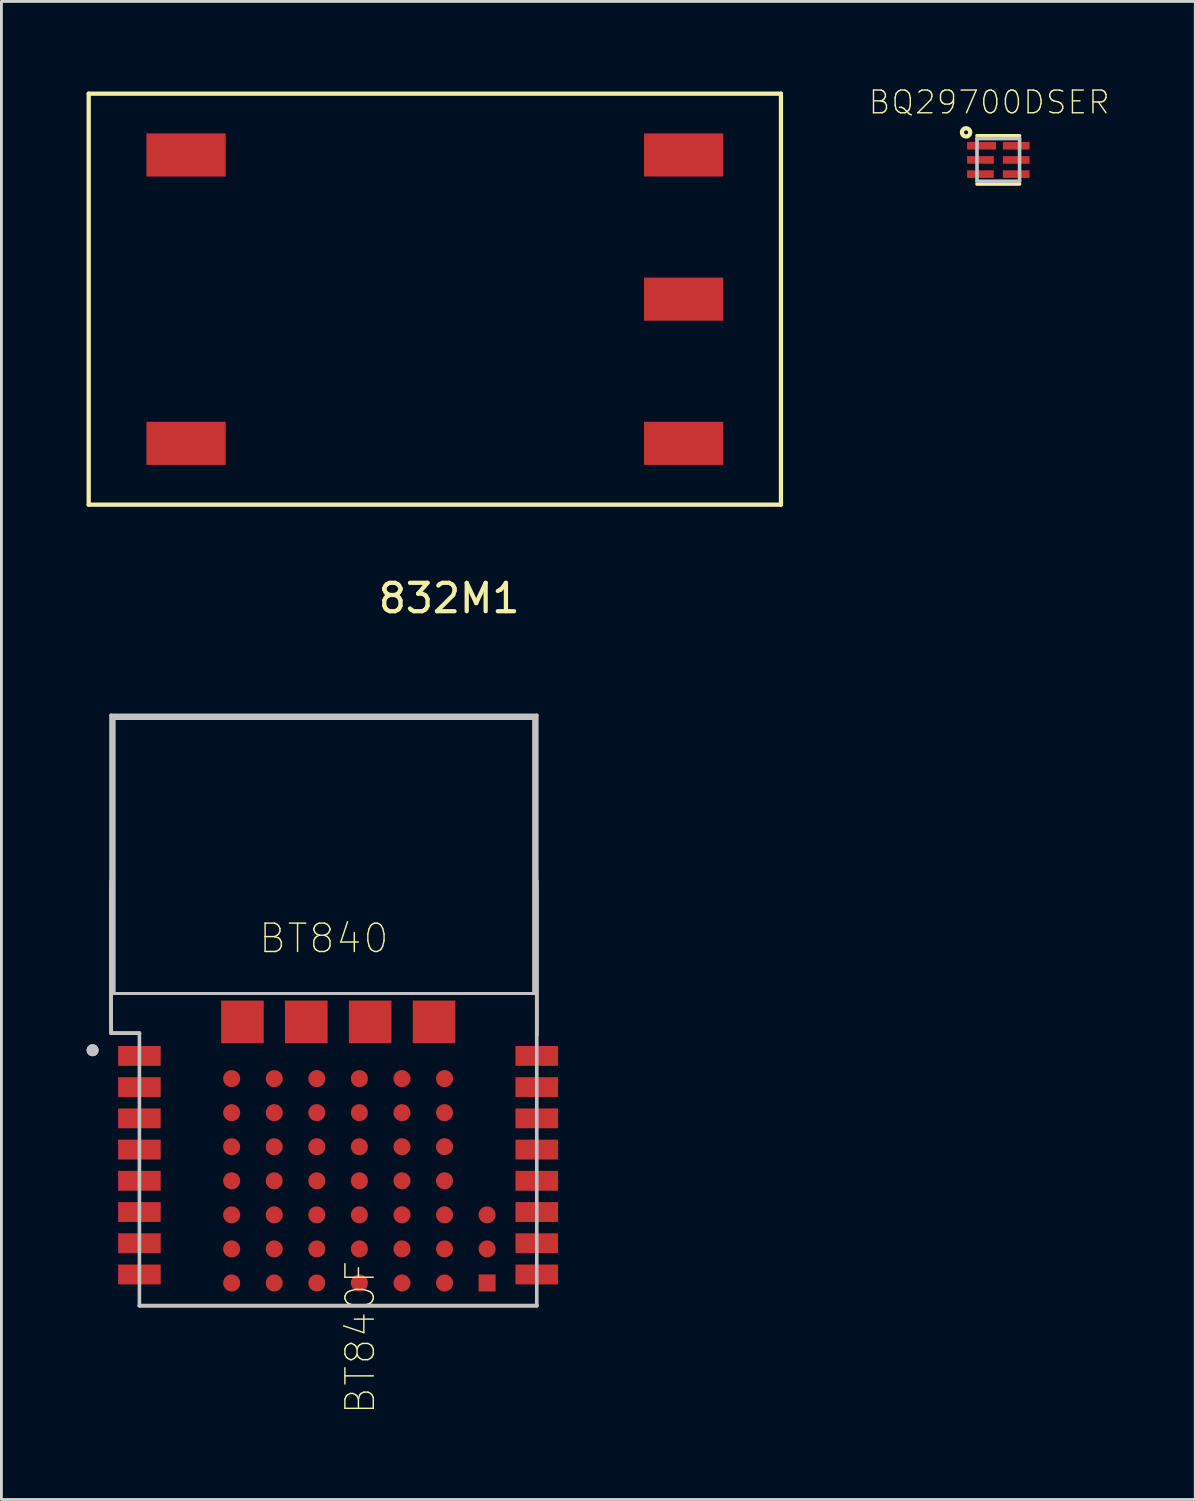
<source format=kicad_pcb>
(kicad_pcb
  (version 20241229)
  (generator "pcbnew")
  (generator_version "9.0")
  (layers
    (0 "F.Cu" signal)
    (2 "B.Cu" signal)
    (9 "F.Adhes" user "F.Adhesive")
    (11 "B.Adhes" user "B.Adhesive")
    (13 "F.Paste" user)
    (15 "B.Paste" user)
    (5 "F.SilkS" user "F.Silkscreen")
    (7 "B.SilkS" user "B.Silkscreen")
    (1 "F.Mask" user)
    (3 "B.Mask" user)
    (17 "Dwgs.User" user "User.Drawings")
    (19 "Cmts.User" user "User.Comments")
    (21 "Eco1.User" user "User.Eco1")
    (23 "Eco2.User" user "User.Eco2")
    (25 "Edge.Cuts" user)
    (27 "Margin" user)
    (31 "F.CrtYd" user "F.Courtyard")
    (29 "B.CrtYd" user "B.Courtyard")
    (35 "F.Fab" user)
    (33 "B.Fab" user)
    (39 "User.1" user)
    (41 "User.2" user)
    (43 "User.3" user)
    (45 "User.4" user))
  (footprint "BQ29700DSER"
    (layer "F.Cu")
    (at 32.123 2.584)
    (property "Reference" "BQ29700DSER" (at -0.321 -2.029 0) (layer "F.SilkS") (effects (font (size 0.8 0.8) (thickness 0.05))))
    (attr smd)
    (fp_line (start -0.75 -0.85) (end 0.75 -0.85) (stroke (width 0.127) (type solid)) (layer "F.SilkS"))
    (fp_line (start -0.75 0.85) (end 0.75 0.85) (stroke (width 0.127) (type solid)) (layer "F.SilkS"))
    (fp_circle (center -1.135 -0.97) (end -1.065 -0.97) (stroke (width 0.15) (type solid)) (fill no) (layer "F.SilkS"))
    (fp_line (start -0.75 -0.75) (end 0.75 -0.75) (stroke (width 0.127) (type solid)) (layer "Dwgs.User"))
    (fp_line (start -0.75 0.75) (end -0.75 -0.75) (stroke (width 0.127) (type solid)) (layer "Dwgs.User"))
    (fp_line (start 0.75 -0.75) (end 0.75 0.75) (stroke (width 0.127) (type solid)) (layer "Dwgs.User"))
    (fp_line (start 0.75 0.75) (end -0.75 0.75) (stroke (width 0.127) (type solid)) (layer "Dwgs.User"))
    (fp_line (start -1.35 -1) (end 1.35 -1) (stroke (width 0.05) (type solid)) (layer "Eco1.User"))
    (fp_line (start -1.35 1) (end -1.35 -1) (stroke (width 0.05) (type solid)) (layer "Eco1.User"))
    (fp_line (start 1.35 -1) (end 1.35 1) (stroke (width 0.05) (type solid)) (layer "Eco1.User"))
    (fp_line (start 1.35 1) (end -1.35 1) (stroke (width 0.05) (type solid)) (layer "Eco1.User"))
    (pad "1" smd rect (at -0.59 -0.5 270) (size 0.27 1.02) (layers "F.Cu" "F.Mask" "F.Paste"))
    (pad "2" smd rect (at -0.63 0 270) (size 0.27 0.94) (layers "F.Cu" "F.Mask" "F.Paste"))
    (pad "3" smd rect (at -0.63 0.5 270) (size 0.27 0.94) (layers "F.Cu" "F.Mask" "F.Paste"))
    (pad "4" smd rect (at 0.63 0.5 270) (size 0.27 0.94) (layers "F.Cu" "F.Mask" "F.Paste"))
    (pad "5" smd rect (at 0.63 0 270) (size 0.27 0.94) (layers "F.Cu" "F.Mask" "F.Paste"))
    (pad "6" smd rect (at 0.63 -0.5 270) (size 0.27 0.94) (layers "F.Cu" "F.Mask" "F.Paste")))
  (footprint "832M1"
    (layer "F.Cu")
    (at 2.615 0.25)
    (property "Reference" "832M1" (at 10.16 17.78 0) (layer "F.SilkS") (effects (font (size 1 1) (thickness 0.15))))
    (attr through_hole)
    (fp_line (start -2.54 0) (end -2.54 14.48) (stroke (width 0.15) (type solid)) (layer "F.SilkS"))
    (fp_line (start -2.54 14.48) (end 21.85 14.48) (stroke (width 0.15) (type solid)) (layer "F.SilkS"))
    (fp_line (start 21.85 0) (end -2.54 0) (stroke (width 0.15) (type solid)) (layer "F.SilkS"))
    (fp_line (start 21.85 14.48) (end 21.85 0) (stroke (width 0.15) (type solid)) (layer "F.SilkS"))
    (pad "1" smd rect (at 0.89 2.16) (size 2.79 1.52) (layers "F.Cu" "F.Mask" "F.Paste"))
    (pad "3" smd rect (at 0.89 12.32) (size 2.79 1.52) (layers "F.Cu" "F.Mask" "F.Paste"))
    (pad "4" smd rect (at 18.42 12.32) (size 2.79 1.52) (layers "F.Cu" "F.Mask" "F.Paste"))
    (pad "5" smd rect (at 18.42 7.24) (size 2.79 1.52) (layers "F.Cu" "F.Mask" "F.Paste"))
    (pad "6" smd rect (at 18.42 2.16) (size 2.79 1.52) (layers "F.Cu" "F.Mask" "F.Paste")))
  (footprint "BT840F"
    (layer "F.Cu")
    (at 8.362 32.553)
    (property "Reference" "BT840F" (at 1.28 11.516 270) (layer "F.SilkS") (effects (font (size 1 1) (thickness 0.05))))
    (attr smd)
    (fp_line (start -7.5 0.73) (end -7.5 -4.558) (stroke (width 0.127) (type solid)) (layer "F.SilkS"))
    (fp_line (start -6.5 0.8) (end -7.5 0.8) (stroke (width 0.127) (type solid)) (layer "F.SilkS"))
    (fp_line (start 7.5 -4.558) (end 7.5 0.85) (stroke (width 0.127) (type solid)) (layer "F.SilkS"))
    (fp_line (start 7.5 10.4) (end -6.5 10.4) (stroke (width 0.127) (type solid)) (layer "F.SilkS"))
    (fp_circle (center -8.15 1.4) (end -8.038 1.4) (stroke (width 0.2) (type solid)) (fill no) (layer "F.SilkS"))
    (fp_line (start -7.5 -10.4) (end 7.5 -10.4) (stroke (width 0.127) (type solid)) (layer "Dwgs.User"))
    (fp_line (start -7.5 0.73) (end -7.5 -10.4) (stroke (width 0.127) (type solid)) (layer "Dwgs.User"))
    (fp_line (start -6.505 10.398) (end -6.505 9.879) (stroke (width 0.001) (type solid)) (layer "Dwgs.User"))
    (fp_line (start -6.5 0.8) (end -7.5 0.8) (stroke (width 0.127) (type solid)) (layer "Dwgs.User"))
    (fp_line (start -6.5 10.4) (end -6.5 0.8) (stroke (width 0.127) (type solid)) (layer "Dwgs.User"))
    (fp_line (start 7.5 -10.4) (end 7.5 0.85) (stroke (width 0.127) (type solid)) (layer "Dwgs.User"))
    (fp_line (start 7.5 0.85) (end 7.5 10.4) (stroke (width 0.127) (type solid)) (layer "Dwgs.User"))
    (fp_line (start 7.5 10.4) (end -6.5 10.4) (stroke (width 0.127) (type solid)) (layer "Dwgs.User"))
    (fp_line (start 7.5 9.811) (end 7.5 10.39) (stroke (width 0.001) (type solid)) (layer "Dwgs.User"))
    (fp_line (start 7.503 -5.6) (end 7.5 0.85) (stroke (width 0.001) (type solid)) (layer "Dwgs.User"))
    (fp_circle (center -8.15 1.4) (end -8.038 1.4) (stroke (width 0.2) (type solid)) (fill no) (layer "Dwgs.User"))
    (fp_poly (pts (xy -7.4 -10.29) (xy 7.4 -10.29) (xy 7.4 -0.6) (xy -7.4 -0.6)) (stroke (width 0.1) (type solid)) (fill no) (layer "Dwgs.User"))
    (fp_poly (pts (xy -7.4 -10.29) (xy 7.4 -10.29) (xy 7.4 -0.6) (xy -7.4 -0.6)) (stroke (width 0.1) (type solid)) (fill no) (layer "Dwgs.User"))
    (fp_poly (pts (xy -7.4 -10.29) (xy 7.4 -10.29) (xy 7.4 -0.6) (xy -7.4 -0.6)) (stroke (width 0.1) (type solid)) (fill no) (layer "Dwgs.User"))
    (fp_line (start -7.75 -10.65) (end 7.75 -10.65) (stroke (width 0.05) (type solid)) (layer "Eco1.User"))
    (fp_line (start -7.75 1.08) (end -7.75 -10.65) (stroke (width 0.05) (type solid)) (layer "Eco1.User"))
    (fp_line (start -7.5 1.08) (end -7.75 1.08) (stroke (width 0.05) (type solid)) (layer "Eco1.User"))
    (fp_line (start -7.5 10.65) (end -7.5 1.08) (stroke (width 0.05) (type solid)) (layer "Eco1.User"))
    (fp_line (start 7.75 -10.65) (end 7.75 1) (stroke (width 0.05) (type solid)) (layer "Eco1.User"))
    (fp_line (start 7.75 1) (end 8.5 1) (stroke (width 0.05) (type solid)) (layer "Eco1.User"))
    (fp_line (start 8.5 1) (end 8.5 10.65) (stroke (width 0.05) (type solid)) (layer "Eco1.User"))
    (fp_line (start 8.5 10.65) (end -7.5 10.65) (stroke (width 0.05) (type solid)) (layer "Eco1.User"))
    (fp_text user "BT840" (at 0 -2.54 0) (layer "F.SilkS") (effects (font (size 1 1) (thickness 0.05))))
    (pad "1" smd rect (at -6.5 1.6 180) (size 1.5 0.7) (layers "F.Cu" "F.Mask" "F.Paste"))
    (pad "2" smd rect (at -6.5 2.7) (size 1.5 0.7) (layers "F.Cu" "F.Mask" "F.Paste"))
    (pad "3" smd rect (at -6.5 3.8) (size 1.5 0.7) (layers "F.Cu" "F.Mask" "F.Paste"))
    (pad "4" smd rect (at -6.5 4.9) (size 1.5 0.7) (layers "F.Cu" "F.Mask" "F.Paste"))
    (pad "5" smd rect (at -6.5 6) (size 1.5 0.7) (layers "F.Cu" "F.Mask" "F.Paste"))
    (pad "6" smd rect (at -6.5 7.1) (size 1.5 0.7) (layers "F.Cu" "F.Mask" "F.Paste"))
    (pad "7" smd rect (at -6.5 8.2) (size 1.5 0.7) (layers "F.Cu" "F.Mask" "F.Paste"))
    (pad "8" smd rect (at -6.5 9.3) (size 1.5 0.7) (layers "F.Cu" "F.Mask" "F.Paste"))
    (pad "9" smd rect (at 7.5 9.3) (size 1.5 0.7) (layers "F.Cu" "F.Mask" "F.Paste"))
    (pad "10" smd rect (at 7.5 8.2) (size 1.5 0.7) (layers "F.Cu" "F.Mask" "F.Paste"))
    (pad "11" smd rect (at 7.5 7.1) (size 1.5 0.7) (layers "F.Cu" "F.Mask" "F.Paste"))
    (pad "12" smd rect (at 7.5 6) (size 1.5 0.7) (layers "F.Cu" "F.Mask" "F.Paste"))
    (pad "13" smd rect (at 7.5 4.9) (size 1.5 0.7) (layers "F.Cu" "F.Mask" "F.Paste"))
    (pad "14" smd rect (at 7.5 3.8) (size 1.5 0.7) (layers "F.Cu" "F.Mask" "F.Paste"))
    (pad "15" smd rect (at 7.5 2.7) (size 1.5 0.7) (layers "F.Cu" "F.Mask" "F.Paste"))
    (pad "16" smd rect (at 7.5 1.6) (size 1.5 0.7) (layers "F.Cu" "F.Mask" "F.Paste"))
    (pad "A0" smd circle (at -1.75 2.4 180) (size 0.6 0.6) (layers "F.Cu" "F.Mask" "F.Paste"))
    (pad "A1" smd circle (at -1.75 3.6 180) (size 0.6 0.6) (layers "F.Cu" "F.Mask" "F.Paste"))
    (pad "A2" smd circle (at -1.75 4.8 180) (size 0.6 0.6) (layers "F.Cu" "F.Mask" "F.Paste"))
    (pad "A3" smd circle (at -1.75 6 180) (size 0.6 0.6) (layers "F.Cu" "F.Mask" "F.Paste"))
    (pad "A4" smd circle (at -1.75 7.2 180) (size 0.6 0.6) (layers "F.Cu" "F.Mask" "F.Paste"))
    (pad "A5" smd circle (at -1.75 8.4) (size 0.6 0.6) (layers "F.Cu" "F.Mask" "F.Paste"))
    (pad "A6" smd circle (at -1.75 9.6) (size 0.6 0.6) (layers "F.Cu" "F.Mask" "F.Paste"))
    (pad "B0" smd circle (at -0.25 2.4 180) (size 0.6 0.6) (layers "F.Cu" "F.Mask" "F.Paste"))
    (pad "B1" smd circle (at -0.25 3.6 180) (size 0.6 0.6) (layers "F.Cu" "F.Mask" "F.Paste"))
    (pad "B2" smd circle (at -0.25 4.8 180) (size 0.6 0.6) (layers "F.Cu" "F.Mask" "F.Paste"))
    (pad "B3" smd circle (at -0.25 6 180) (size 0.6 0.6) (layers "F.Cu" "F.Mask" "F.Paste"))
    (pad "B4" smd circle (at -0.25 7.2 180) (size 0.6 0.6) (layers "F.Cu" "F.Mask" "F.Paste"))
    (pad "B5" smd circle (at -0.25 8.4 180) (size 0.6 0.6) (layers "F.Cu" "F.Mask" "F.Paste"))
    (pad "B6" smd circle (at -0.25 9.6 180) (size 0.6 0.6) (layers "F.Cu" "F.Mask" "F.Paste"))
    (pad "C0" smd circle (at 1.25 2.4 180) (size 0.6 0.6) (layers "F.Cu" "F.Mask" "F.Paste"))
    (pad "C1" smd circle (at 1.25 3.6 180) (size 0.6 0.6) (layers "F.Cu" "F.Mask" "F.Paste"))
    (pad "C2" smd circle (at 1.25 4.8 180) (size 0.6 0.6) (layers "F.Cu" "F.Mask" "F.Paste"))
    (pad "C3" smd circle (at 1.25 6 180) (size 0.6 0.6) (layers "F.Cu" "F.Mask" "F.Paste"))
    (pad "C4" smd circle (at 1.25 7.2 180) (size 0.6 0.6) (layers "F.Cu" "F.Mask" "F.Paste"))
    (pad "C5" smd circle (at 1.25 8.4 180) (size 0.6 0.6) (layers "F.Cu" "F.Mask" "F.Paste"))
    (pad "C6" smd circle (at 1.25 9.6 180) (size 0.6 0.6) (layers "F.Cu" "F.Mask" "F.Paste"))
    (pad "D0" smd circle (at 2.75 2.4 180) (size 0.6 0.6) (layers "F.Cu" "F.Mask" "F.Paste"))
    (pad "D1" smd circle (at 2.75 3.6 180) (size 0.6 0.6) (layers "F.Cu" "F.Mask" "F.Paste"))
    (pad "D2" smd circle (at 2.75 4.8 180) (size 0.6 0.6) (layers "F.Cu" "F.Mask" "F.Paste"))
    (pad "D3" smd circle (at 2.75 6 180) (size 0.6 0.6) (layers "F.Cu" "F.Mask" "F.Paste"))
    (pad "D4" smd circle (at 2.75 7.2 180) (size 0.6 0.6) (layers "F.Cu" "F.Mask" "F.Paste"))
    (pad "D5" smd circle (at 2.75 8.4 180) (size 0.6 0.6) (layers "F.Cu" "F.Mask" "F.Paste"))
    (pad "D6" smd circle (at 2.75 9.6 180) (size 0.6 0.6) (layers "F.Cu" "F.Mask" "F.Paste"))
    (pad "E0" smd circle (at 4.25 2.4 180) (size 0.6 0.6) (layers "F.Cu" "F.Mask" "F.Paste"))
    (pad "E1" smd circle (at 4.25 3.6 180) (size 0.6 0.6) (layers "F.Cu" "F.Mask" "F.Paste"))
    (pad "E2" smd circle (at 4.25 4.8 180) (size 0.6 0.6) (layers "F.Cu" "F.Mask" "F.Paste"))
    (pad "E3" smd circle (at 4.25 6 180) (size 0.6 0.6) (layers "F.Cu" "F.Mask" "F.Paste"))
    (pad "E4" smd circle (at 4.25 7.2 180) (size 0.6 0.6) (layers "F.Cu" "F.Mask" "F.Paste"))
    (pad "E5" smd circle (at 4.25 8.4) (size 0.6 0.6) (layers "F.Cu" "F.Mask" "F.Paste"))
    (pad "E6" smd circle (at 4.25 9.6) (size 0.6 0.6) (layers "F.Cu" "F.Mask" "F.Paste"))
    (pad "F0" smd rect (at -2.87 0.4) (size 1.5 1.5) (layers "F.Cu" "F.Mask" "F.Paste"))
    (pad "F1" smd rect (at -0.62 0.4) (size 1.5 1.5) (layers "F.Cu" "F.Mask" "F.Paste"))
    (pad "F2" smd rect (at 1.63 0.4) (size 1.5 1.5) (layers "F.Cu" "F.Mask" "F.Paste"))
    (pad "F3" smd rect (at 3.88 0.4) (size 1.5 1.5) (layers "F.Cu" "F.Mask" "F.Paste"))
    (pad "F4" smd circle (at 5.75 7.2 180) (size 0.6 0.6) (layers "F.Cu" "F.Mask" "F.Paste"))
    (pad "F5" smd circle (at 5.75 8.4) (size 0.6 0.6) (layers "F.Cu" "F.Mask" "F.Paste"))
    (pad "F6" smd rect (at 5.75 9.6) (size 0.6 0.6) (layers "F.Cu" "F.Mask" "F.Paste"))
    (pad "Z0" smd circle (at -3.25 2.4 180) (size 0.6 0.6) (layers "F.Cu" "F.Mask" "F.Paste"))
    (pad "Z1" smd circle (at -3.25 3.6 180) (size 0.6 0.6) (layers "F.Cu" "F.Mask" "F.Paste"))
    (pad "Z2" smd circle (at -3.25 4.8 180) (size 0.6 0.6) (layers "F.Cu" "F.Mask" "F.Paste"))
    (pad "Z3" smd circle (at -3.25 6 180) (size 0.6 0.6) (layers "F.Cu" "F.Mask" "F.Paste"))
    (pad "Z4" smd circle (at -3.25 7.2 180) (size 0.6 0.6) (layers "F.Cu" "F.Mask" "F.Paste"))
    (pad "Z5" smd circle (at -3.25 8.4) (size 0.6 0.6) (layers "F.Cu" "F.Mask" "F.Paste"))
    (pad "Z6" smd circle (at -3.25 9.6) (size 0.6 0.6) (layers "F.Cu" "F.Mask" "F.Paste")))
  (gr_rect
    (start -3 -3)
    (end 39.063 49.782)
    (stroke (width 0.1) (type default))
    (fill no)
    (layer "Edge.Cuts")))
</source>
